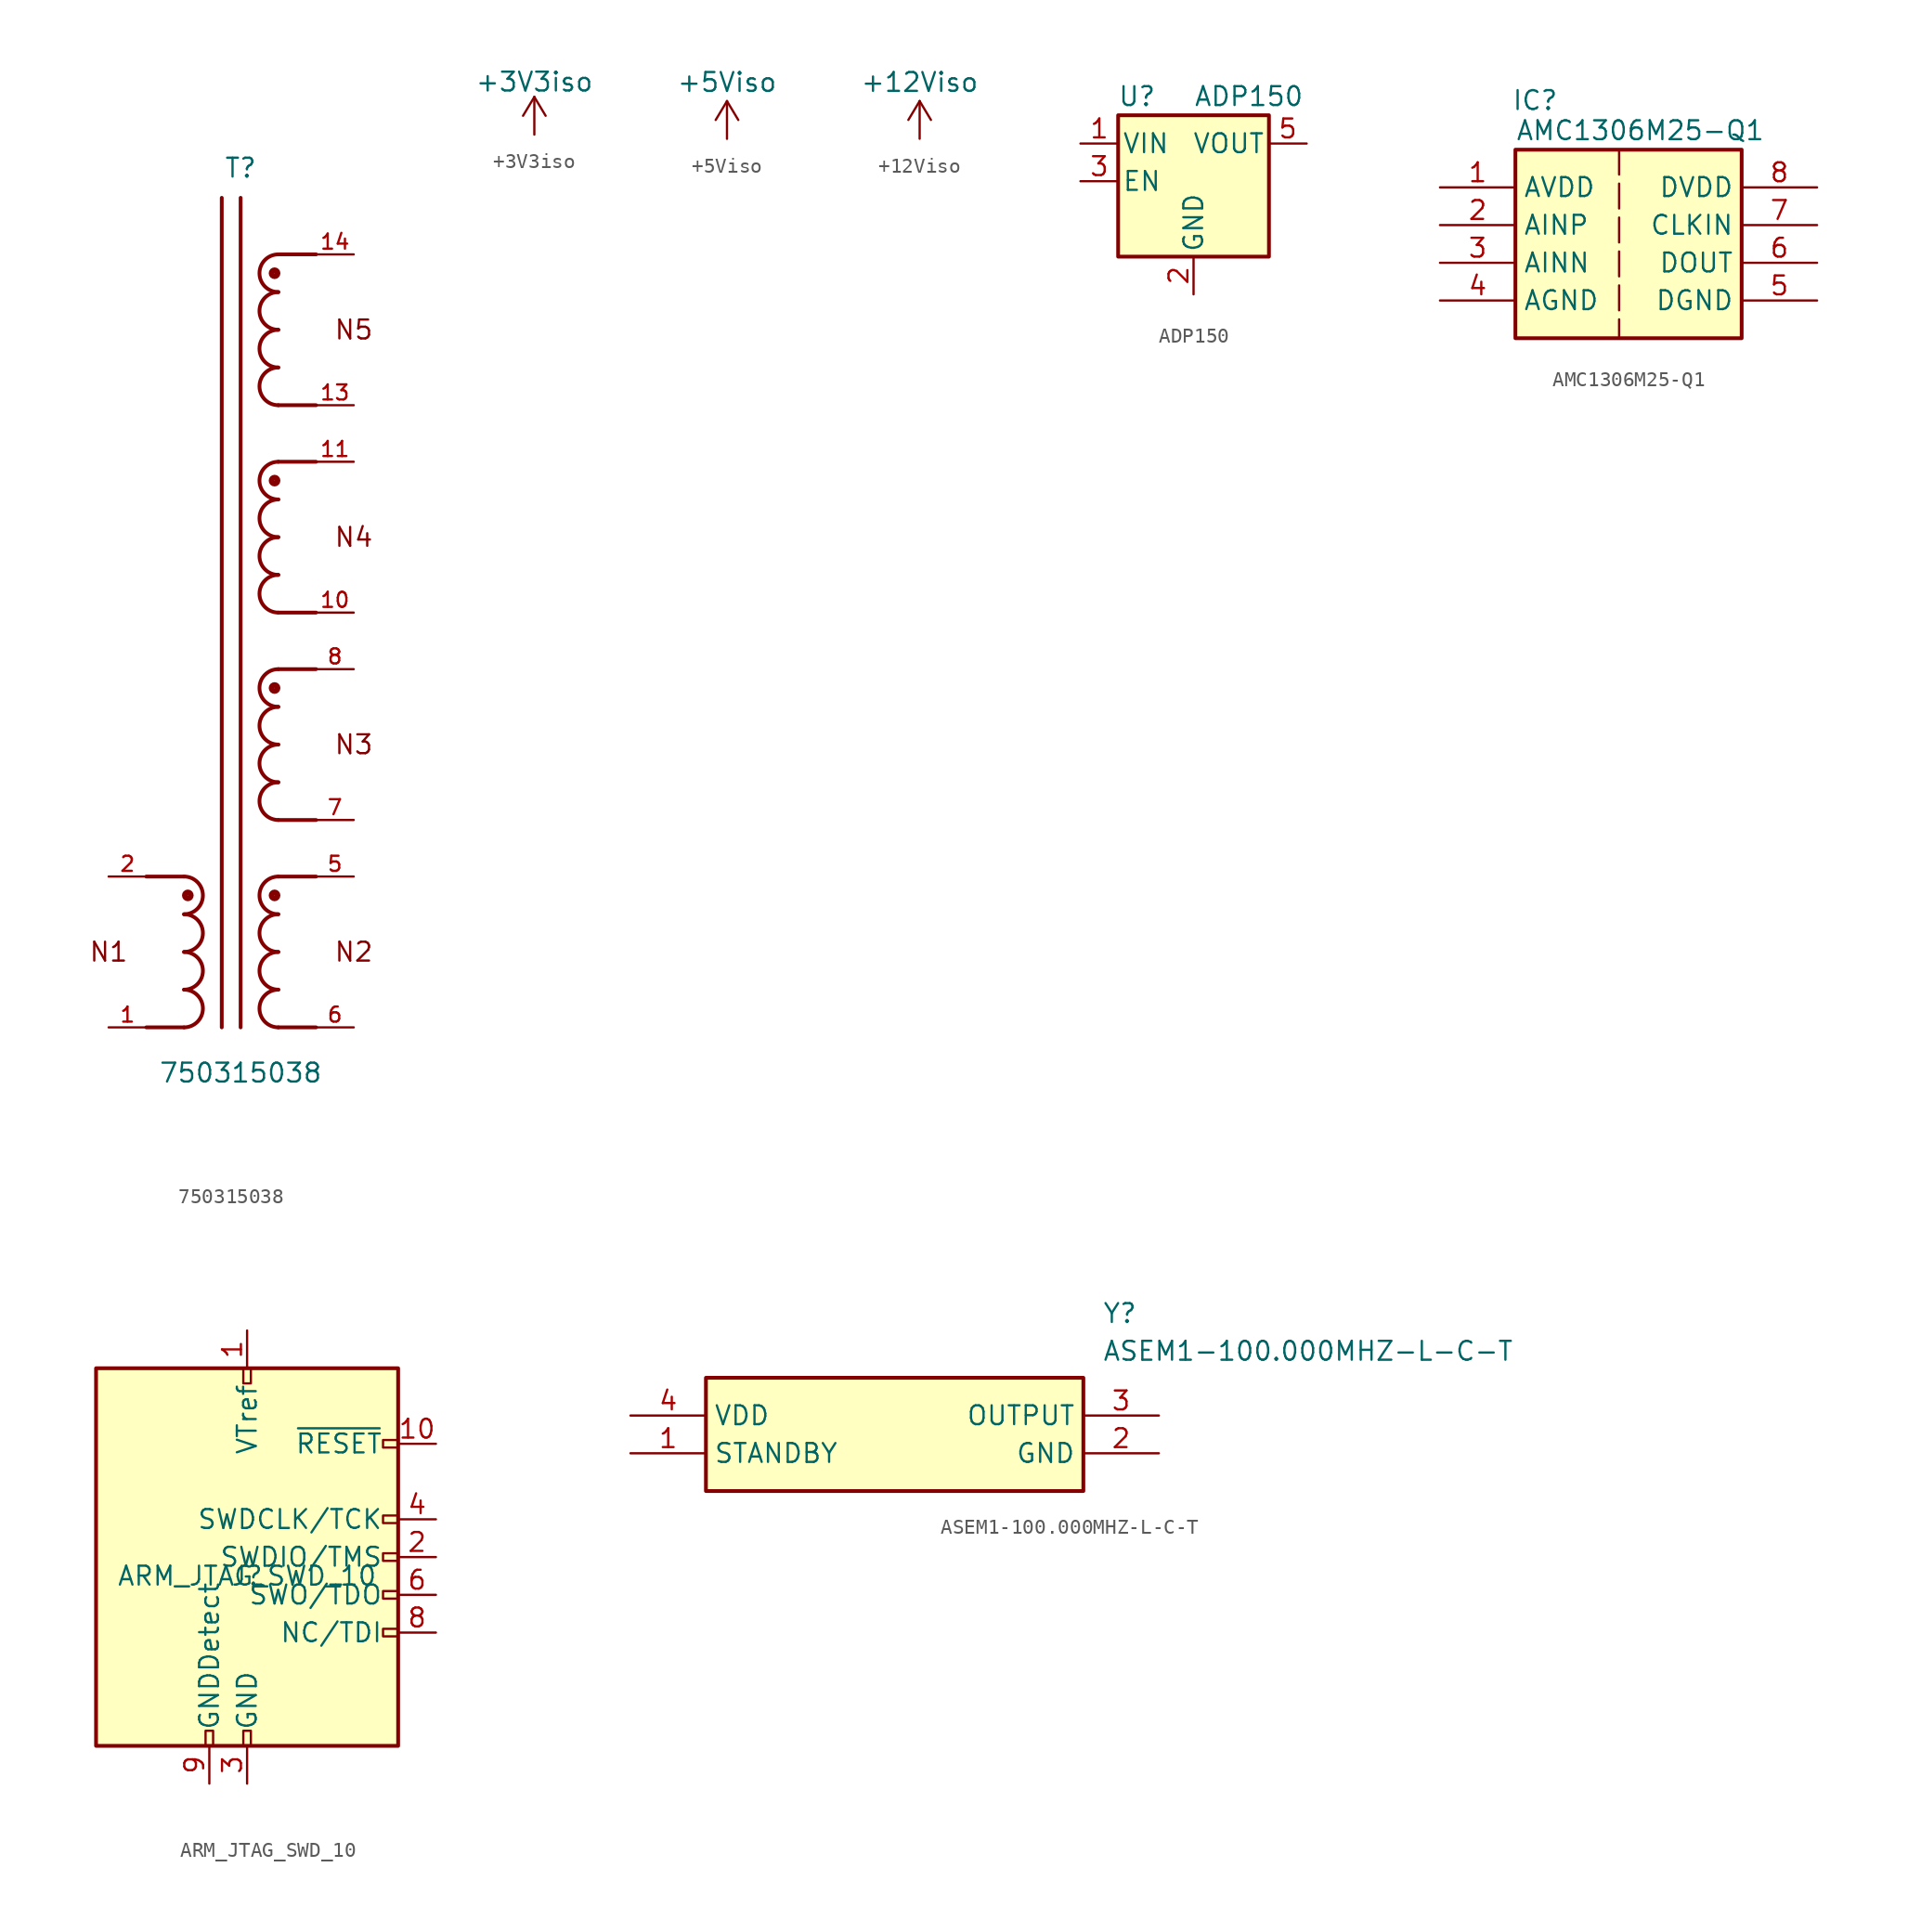
<source format=kicad_sym>
(kicad_symbol_lib
  (version 20241209)
  (generator "kicad_symbol_editor")
  (generator_version "9.0")
  (symbol "750315038"
    (pin_names
      (offset 1.016))
    (property "Reference" "T"
      (at 0 52.07 0)
      (effects (font (size 1.27 1.27)) (justify bottom)))
    (property "Value" "750315038"
      (at 0 -8.89 0)
      (effects (font (size 1.27 1.27)) (justify bottom)))
    (symbol "750315038_0_0"
      (arc (start -3.81 5.08) (mid -2.5455 3.81) (end -3.81 2.54) (stroke (width 0.254) (type default)) (fill (type none)))
      (arc (start -3.81 2.54) (mid -2.5455 1.27) (end -3.81 0) (stroke (width 0.254) (type default)) (fill (type none)))
      (arc (start -3.81 0) (mid -2.5455 -1.27) (end -3.81 -2.54) (stroke (width 0.254) (type default)) (fill (type none)))
      (arc (start -3.81 -2.54) (mid -2.5455 -3.81) (end -3.81 -5.08) (stroke (width 0.254) (type default)) (fill (type none)))
      (polyline (pts (xy -3.81 5.08) (xy -6.35 5.08)) (stroke (width 0.254) (type default)) (fill (type none)))
      (polyline (pts (xy -3.81 -5.08) (xy -6.35 -5.08)) (stroke (width 0.254) (type default)) (fill (type none)))
      (circle (center -3.556 3.81) (radius 0.203) (stroke (width 0.381) (type default)) (fill (type none)))
      (polyline (pts (xy -1.27 50.8) (xy -1.27 -5.08)) (stroke (width 0.254) (type default)) (fill (type none)))
      (polyline (pts (xy 0 50.8) (xy 0 -5.08)) (stroke (width 0.254) (type default)) (fill (type none)))
      (circle (center 2.286 45.72) (radius 0.203) (stroke (width 0.381) (type default)) (fill (type none)))
      (circle (center 2.286 31.75) (radius 0.203) (stroke (width 0.381) (type default)) (fill (type none)))
      (circle (center 2.286 17.78) (radius 0.203) (stroke (width 0.381) (type default)) (fill (type none)))
      (circle (center 2.286 3.81) (radius 0.203) (stroke (width 0.381) (type default)) (fill (type none)))
      (polyline (pts (xy 2.54 46.99) (xy 5.08 46.99)) (stroke (width 0.254) (type default)) (fill (type none)))
      (polyline (pts (xy 2.54 36.83) (xy 5.08 36.83)) (stroke (width 0.254) (type default)) (fill (type none)))
      (polyline (pts (xy 2.54 33.02) (xy 5.08 33.02)) (stroke (width 0.254) (type default)) (fill (type none)))
      (polyline (pts (xy 2.54 22.86) (xy 5.08 22.86)) (stroke (width 0.254) (type default)) (fill (type none)))
      (polyline (pts (xy 2.54 19.05) (xy 5.08 19.05)) (stroke (width 0.254) (type default)) (fill (type none)))
      (polyline (pts (xy 2.54 8.89) (xy 5.08 8.89)) (stroke (width 0.254) (type default)) (fill (type none)))
      (polyline (pts (xy 2.54 5.08) (xy 5.08 5.08)) (stroke (width 0.254) (type default)) (fill (type none)))
      (polyline (pts (xy 2.54 -5.08) (xy 5.08 -5.08)) (stroke (width 0.254) (type default)) (fill (type none)))
      (arc (start 2.54 44.45) (mid 1.2755 45.72) (end 2.54 46.99) (stroke (width 0.254) (type default)) (fill (type none)))
      (arc (start 2.54 41.91) (mid 1.2755 43.18) (end 2.54 44.45) (stroke (width 0.254) (type default)) (fill (type none)))
      (arc (start 2.54 39.37) (mid 1.2755 40.64) (end 2.54 41.91) (stroke (width 0.254) (type default)) (fill (type none)))
      (arc (start 2.54 36.83) (mid 1.2755 38.1) (end 2.54 39.37) (stroke (width 0.254) (type default)) (fill (type none)))
      (arc (start 2.54 30.48) (mid 1.2755 31.75) (end 2.54 33.02) (stroke (width 0.254) (type default)) (fill (type none)))
      (arc (start 2.54 27.94) (mid 1.2755 29.21) (end 2.54 30.48) (stroke (width 0.254) (type default)) (fill (type none)))
      (arc (start 2.54 25.4) (mid 1.2755 26.67) (end 2.54 27.94) (stroke (width 0.254) (type default)) (fill (type none)))
      (arc (start 2.54 22.86) (mid 1.2755 24.13) (end 2.54 25.4) (stroke (width 0.254) (type default)) (fill (type none)))
      (arc (start 2.54 16.51) (mid 1.2755 17.78) (end 2.54 19.05) (stroke (width 0.254) (type default)) (fill (type none)))
      (arc (start 2.54 13.97) (mid 1.2755 15.24) (end 2.54 16.51) (stroke (width 0.254) (type default)) (fill (type none)))
      (arc (start 2.54 11.43) (mid 1.2755 12.7) (end 2.54 13.97) (stroke (width 0.254) (type default)) (fill (type none)))
      (arc (start 2.54 8.89) (mid 1.2755 10.16) (end 2.54 11.43) (stroke (width 0.254) (type default)) (fill (type none)))
      (arc (start 2.54 2.54) (mid 1.2755 3.81) (end 2.54 5.08) (stroke (width 0.254) (type default)) (fill (type none)))
      (arc (start 2.54 0) (mid 1.2755 1.27) (end 2.54 2.54) (stroke (width 0.254) (type default)) (fill (type none)))
      (arc (start 2.54 -2.54) (mid 1.2755 -1.27) (end 2.54 0) (stroke (width 0.254) (type default)) (fill (type none)))
      (arc (start 2.54 -5.08) (mid 1.2755 -3.81) (end 2.54 -2.54) (stroke (width 0.254) (type default)) (fill (type none)))
      (text "N1" (at -8.89 0 0) (effects (font (size 1.27 1.27))))
      (text "N5" (at 7.62 41.91 0) (effects (font (size 1.27 1.27))))
      (text "N4" (at 7.62 27.94 0) (effects (font (size 1.27 1.27))))
      (text "N3" (at 7.62 13.97 0) (effects (font (size 1.27 1.27))))
      (text "N2" (at 7.62 0 0) (effects (font (size 1.27 1.27))))
      (pin passive line (at -8.89 5.08 0) (length 2.54) (name "~" (effects (font (size 1.016 1.016)))) (number "2" (effects (font (size 1.016 1.016)))))
      (pin passive line (at -8.89 -5.08 0) (length 2.54) (name "~" (effects (font (size 1.016 1.016)))) (number "1" (effects (font (size 1.016 1.016)))))
      (pin passive line (at 7.62 46.99 180) (length 2.54) (name "~" (effects (font (size 1.016 1.016)))) (number "14" (effects (font (size 1.016 1.016)))))
      (pin passive line (at 7.62 36.83 180) (length 2.54) (name "~" (effects (font (size 1.016 1.016)))) (number "13" (effects (font (size 1.016 1.016)))))
      (pin passive line (at 7.62 33.02 180) (length 2.54) (name "~" (effects (font (size 1.016 1.016)))) (number "11" (effects (font (size 1.016 1.016)))))
      (pin passive line (at 7.62 22.86 180) (length 2.54) (name "~" (effects (font (size 1.016 1.016)))) (number "10" (effects (font (size 1.016 1.016)))))
      (pin passive line (at 7.62 19.05 180) (length 2.54) (name "~" (effects (font (size 1.016 1.016)))) (number "8" (effects (font (size 1.016 1.016)))))
      (pin passive line (at 7.62 8.89 180) (length 2.54) (name "~" (effects (font (size 1.016 1.016)))) (number "7" (effects (font (size 1.016 1.016)))))
      (pin passive line (at 7.62 5.08 180) (length 2.54) (name "~" (effects (font (size 1.016 1.016)))) (number "5" (effects (font (size 1.016 1.016)))))
      (pin passive line (at 7.62 -5.08 180) (length 2.54) (name "~" (effects (font (size 1.016 1.016)))) (number "6" (effects (font (size 1.016 1.016)))))))
  (symbol "+3V3iso"
    (power)
    (pin_names
      (offset 0))
    (property "Reference" "#PWR"
      (at 0 -3.81 0)
      (effects (font (size 1.27 1.27)) (hide yes)))
    (property "Value" "+3V3iso"
      (at 0 3.556 0)
      (effects (font (size 1.27 1.27))))
    (symbol "+3V3iso_0_1"
      (polyline (pts (xy -0.762 1.27) (xy 0 2.54)) (stroke (width 0) (type default)) (fill (type none)))
      (polyline (pts (xy 0 2.54) (xy 0.762 1.27)) (stroke (width 0) (type default)) (fill (type none)))
      (polyline (pts (xy 0 0) (xy 0 2.54)) (stroke (width 0) (type default)) (fill (type none))))
    (symbol "+3V3iso_1_1"
      (pin power_in line (at 0 0 90) (length 0) (hide yes) (name "+3V3iso" (effects (font (size 1.27 1.27)))) (number "1" (effects (font (size 1.27 1.27)))))))
  (symbol "+5Viso"
    (power)
    (pin_names
      (offset 1.016))
    (property "Reference" "#PWR"
      (at -1.27 -2.54 0)
      (effects (font (size 1.27 1.27)) (hide yes)))
    (property "Value" "+5Viso"
      (at 0 3.81 0)
      (effects (font (size 1.27 1.27))))
    (symbol "+5Viso_1_1"
      (polyline (pts (xy -0.762 1.27) (xy 0 2.54)) (stroke (width 0) (type solid)) (fill (type none)))
      (polyline (pts (xy 0 2.54) (xy 0.762 1.27)) (stroke (width 0) (type solid)) (fill (type none)))
      (polyline (pts (xy 0 0) (xy 0 2.54)) (stroke (width 0) (type solid)) (fill (type none)))
      (pin power_in line (at 0 0 90) (length 0) (hide yes) (name "+5Viso" (effects (font (size 1.27 1.27)))) (number "1" (effects (font (size 1.27 1.27)))))))
  (symbol "+12Viso"
    (power)
    (pin_names
      (offset 1.016))
    (property "Reference" "#PWR"
      (at -1.27 -2.54 0)
      (effects (font (size 1.27 1.27)) (hide yes)))
    (property "Value" "+12Viso"
      (at 0 3.81 0)
      (effects (font (size 1.27 1.27))))
    (symbol "+12Viso_1_1"
      (polyline (pts (xy -0.762 1.27) (xy 0 2.54)) (stroke (width 0) (type solid)) (fill (type none)))
      (polyline (pts (xy 0 2.54) (xy 0.762 1.27)) (stroke (width 0) (type solid)) (fill (type none)))
      (polyline (pts (xy 0 0) (xy 0 2.54)) (stroke (width 0) (type solid)) (fill (type none)))
      (pin power_in line (at 0 0 90) (length 0) (hide yes) (name "+12Viso" (effects (font (size 1.27 1.27)))) (number "1" (effects (font (size 1.27 1.27)))))))
  (symbol "ADP150"
    (pin_names
      (offset 0.254))
    (property "Reference" "U"
      (at -3.81 5.715 0)
      (effects (font (size 1.27 1.27))))
    (property "Value" "ADP150"
      (at 0 5.715 0)
      (effects (font (size 1.27 1.27)) (justify left)))
    (symbol "ADP150_0_1"
      (rectangle (start -5.08 4.445) (end 5.08 -5.08) (stroke (width 0.254) (type solid)) (fill (type background))))
    (symbol "ADP150_1_1"
      (pin power_in line (at -7.62 2.54 0) (length 2.54) (name "VIN" (effects (font (size 1.27 1.27)))) (number "1" (effects (font (size 1.27 1.27)))))
      (pin input line (at -7.62 0 0) (length 2.54) (name "EN" (effects (font (size 1.27 1.27)))) (number "3" (effects (font (size 1.27 1.27)))))
      (pin power_in line (at 0 -7.62 90) (length 2.54) (name "GND" (effects (font (size 1.27 1.27)))) (number "2" (effects (font (size 1.27 1.27)))))
      (pin power_out line (at 7.62 2.54 180) (length 2.54) (name "VOUT" (effects (font (size 1.27 1.27)))) (number "5" (effects (font (size 1.27 1.27)))))
      (pin no_connect line (at 7.62 0 180) (length 2.54) (hide yes) (name "NC" (effects (font (size 1.27 1.27)))) (number "4" (effects (font (size 1.27 1.27)))))))
  (symbol "AMC1306M25-Q1"
    (property "Reference" "IC"
      (at 4.826 6.604 0)
      (effects (font (size 1.27 1.27)) (justify left top)))
    (property "Value" "AMC1306M25-Q1"
      (at 5.08 4.572 0)
      (effects (font (size 1.27 1.27)) (justify left top)))
    (symbol "AMC1306M25-Q1_1_1"
      (rectangle (start 5.08 2.54) (end 20.32 -10.16) (stroke (width 0.254) (type default)) (fill (type background)))
      (polyline (pts (xy 12.065 2.54) (xy 12.065 -10.16)) (stroke (width 0) (type dash)) (fill (type none)))
      (pin input line (at 0 0 0) (length 5.08) (name "AVDD" (effects (font (size 1.27 1.27)))) (number "1" (effects (font (size 1.27 1.27)))))
      (pin input line (at 0 -2.54 0) (length 5.08) (name "AINP" (effects (font (size 1.27 1.27)))) (number "2" (effects (font (size 1.27 1.27)))))
      (pin input line (at 0 -5.08 0) (length 5.08) (name "AINN" (effects (font (size 1.27 1.27)))) (number "3" (effects (font (size 1.27 1.27)))))
      (pin input line (at 0 -7.62 0) (length 5.08) (name "AGND" (effects (font (size 1.27 1.27)))) (number "4" (effects (font (size 1.27 1.27)))))
      (pin input line (at 25.4 0 180) (length 5.08) (name "DVDD" (effects (font (size 1.27 1.27)))) (number "8" (effects (font (size 1.27 1.27)))))
      (pin input line (at 25.4 -2.54 180) (length 5.08) (name "CLKIN" (effects (font (size 1.27 1.27)))) (number "7" (effects (font (size 1.27 1.27)))))
      (pin output line (at 25.4 -5.08 180) (length 5.08) (name "DOUT" (effects (font (size 1.27 1.27)))) (number "6" (effects (font (size 1.27 1.27)))))
      (pin input line (at 25.4 -7.62 180) (length 5.08) (name "DGND" (effects (font (size 1.27 1.27)))) (number "5" (effects (font (size 1.27 1.27)))))))
  (symbol "ARM_JTAG_SWD_10"
    (pin_names
      (offset 1.016))
    (property "Reference" "J"
      (at 0 0 0)
      (effects (font (size 1.27 1.27))))
    (property "Value" "ARM_JTAG_SWD_10"
      (at 0 0 0)
      (effects (font (size 1.27 1.27))))
    (symbol "ARM_JTAG_SWD_10_1_1"
      (rectangle (start -10.16 13.97) (end 10.16 -11.43) (stroke (width 0.254) (type solid)) (fill (type background)))
      (rectangle (start -2.794 -11.43) (end -2.286 -10.414) (stroke (width 0) (type solid)) (fill (type none)))
      (rectangle (start -0.254 13.97) (end 0.254 12.954) (stroke (width 0) (type solid)) (fill (type none)))
      (rectangle (start -0.254 -11.43) (end 0.254 -10.414) (stroke (width 0) (type solid)) (fill (type none)))
      (rectangle (start 9.144 3.556) (end 10.16 4.064) (stroke (width 0) (type solid)) (fill (type none)))
      (rectangle (start 9.144 -4.064) (end 10.16 -3.556) (stroke (width 0) (type solid)) (fill (type none)))
      (rectangle (start 10.16 9.144) (end 9.144 8.636) (stroke (width 0) (type solid)) (fill (type none)))
      (rectangle (start 10.16 1.016) (end 9.144 1.524) (stroke (width 0) (type solid)) (fill (type none)))
      (rectangle (start 10.16 -1.524) (end 9.144 -1.016) (stroke (width 0) (type solid)) (fill (type none)))
      (pin no_connect line (at -10.16 1.27 0) (length 2.54) (hide yes) (name "KEY" (effects (font (size 1.27 1.27)))) (number "7" (effects (font (size 1.27 1.27)))))
      (pin passive line (at -2.54 -13.97 90) (length 2.54) (name "GNDDetect" (effects (font (size 1.27 1.27)))) (number "9" (effects (font (size 1.27 1.27)))))
      (pin power_in line (at 0 16.51 270) (length 2.54) (name "VTref" (effects (font (size 1.27 1.27)))) (number "1" (effects (font (size 1.27 1.27)))))
      (pin power_in line (at 0 -13.97 90) (length 2.54) (name "GND" (effects (font (size 1.27 1.27)))) (number "3" (effects (font (size 1.27 1.27)))))
      (pin passive line (at 0 -13.97 90) (length 2.54) (hide yes) (name "GND" (effects (font (size 1.27 1.27)))) (number "5" (effects (font (size 1.27 1.27)))))
      (pin open_collector line (at 12.7 8.89 180) (length 2.54) (name "~{RESET}" (effects (font (size 1.27 1.27)))) (number "10" (effects (font (size 1.27 1.27)))))
      (pin output line (at 12.7 3.81 180) (length 2.54) (name "SWDCLK/TCK" (effects (font (size 1.27 1.27)))) (number "4" (effects (font (size 1.27 1.27)))))
      (pin bidirectional line (at 12.7 1.27 180) (length 2.54) (name "SWDIO/TMS" (effects (font (size 1.27 1.27)))) (number "2" (effects (font (size 1.27 1.27)))))
      (pin input line (at 12.7 -1.27 180) (length 2.54) (name "SWO/TDO" (effects (font (size 1.27 1.27)))) (number "6" (effects (font (size 1.27 1.27)))))
      (pin output line (at 12.7 -3.81 180) (length 2.54) (name "NC/TDI" (effects (font (size 1.27 1.27)))) (number "8" (effects (font (size 1.27 1.27)))))))
  (symbol "ASEM1-100.000MHZ-L-C-T"
    (property "Reference" "Y"
      (at 31.75 7.62 0)
      (effects (font (size 1.27 1.27)) (justify left top)))
    (property "Value" "ASEM1-100.000MHZ-L-C-T"
      (at 31.75 5.08 0)
      (effects (font (size 1.27 1.27)) (justify left top)))
    (symbol "ASEM1-100.000MHZ-L-C-T_1_1"
      (rectangle (start 5.08 2.54) (end 30.48 -5.08) (stroke (width 0.254) (type default)) (fill (type background)))
      (pin passive line (at 0 0 0) (length 5.08) (name "VDD" (effects (font (size 1.27 1.27)))) (number "4" (effects (font (size 1.27 1.27)))))
      (pin passive line (at 0 -2.54 0) (length 5.08) (name "STANDBY" (effects (font (size 1.27 1.27)))) (number "1" (effects (font (size 1.27 1.27)))))
      (pin passive line (at 35.56 0 180) (length 5.08) (name "OUTPUT" (effects (font (size 1.27 1.27)))) (number "3" (effects (font (size 1.27 1.27)))))
      (pin passive line (at 35.56 -2.54 180) (length 5.08) (name "GND" (effects (font (size 1.27 1.27)))) (number "2" (effects (font (size 1.27 1.27))))))))
</source>
